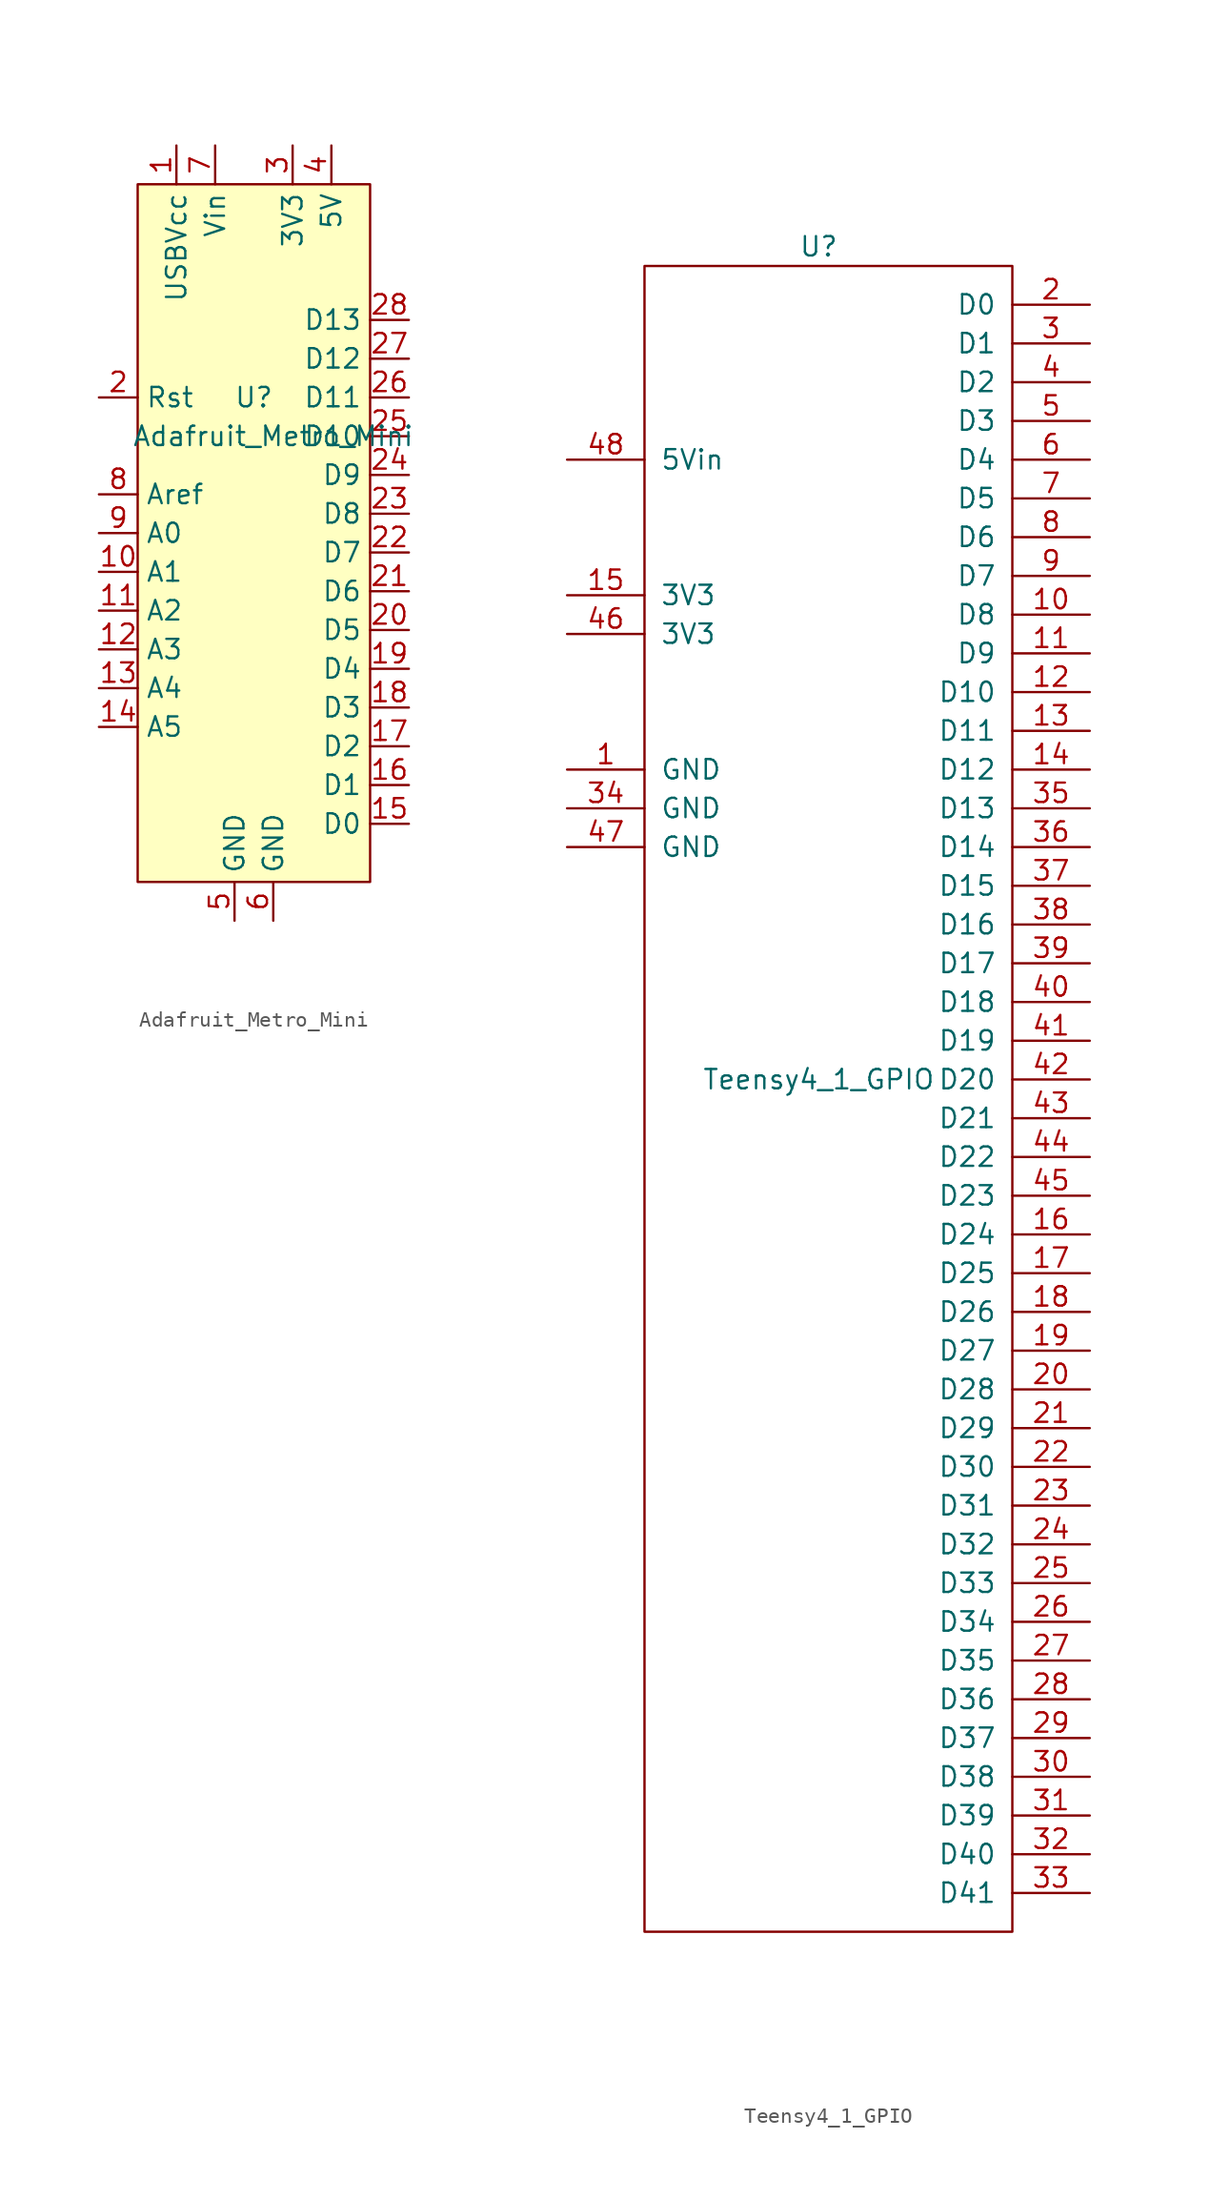
<source format=kicad_sym>
(kicad_symbol_lib
  (version 20220914)
  (generator kicad_symbol_editor)
  (symbol "Adafruit_Metro_Mini"
    (property "Reference" "U"
      (at 0 -11.43 0)
      (effects (font (size 1.27 1.27))))
    (property "Value" "Adafruit_Metro_Mini"
      (at 1.27 -13.97 0)
      (effects (font (size 1.27 1.27))))
    (symbol "Adafruit_Metro_Mini_1_1"
      (rectangle (start -7.62 2.54) (end 7.62 -43.18) (stroke (width 0) (type default)) (fill (type background)))
      (pin power_in line (at -5.08 5.08 270) (length 2.54) (name "USBVcc" (effects (font (size 1.27 1.27)))) (number "1" (effects (font (size 1.27 1.27)))))
      (pin bidirectional line (at -10.16 -22.86 0) (length 2.54) (name "A1" (effects (font (size 1.27 1.27)))) (number "10" (effects (font (size 1.27 1.27)))))
      (pin bidirectional line (at -10.16 -25.4 0) (length 2.54) (name "A2" (effects (font (size 1.27 1.27)))) (number "11" (effects (font (size 1.27 1.27)))))
      (pin bidirectional line (at -10.16 -27.94 0) (length 2.54) (name "A3" (effects (font (size 1.27 1.27)))) (number "12" (effects (font (size 1.27 1.27)))))
      (pin bidirectional line (at -10.16 -30.48 0) (length 2.54) (name "A4" (effects (font (size 1.27 1.27)))) (number "13" (effects (font (size 1.27 1.27)))))
      (pin bidirectional line (at -10.16 -33.02 0) (length 2.54) (name "A5" (effects (font (size 1.27 1.27)))) (number "14" (effects (font (size 1.27 1.27)))))
      (pin bidirectional line (at 10.16 -39.37 180) (length 2.54) (name "D0" (effects (font (size 1.27 1.27)))) (number "15" (effects (font (size 1.27 1.27)))))
      (pin bidirectional line (at 10.16 -36.83 180) (length 2.54) (name "D1" (effects (font (size 1.27 1.27)))) (number "16" (effects (font (size 1.27 1.27)))))
      (pin bidirectional line (at 10.16 -34.29 180) (length 2.54) (name "D2" (effects (font (size 1.27 1.27)))) (number "17" (effects (font (size 1.27 1.27)))))
      (pin bidirectional line (at 10.16 -31.75 180) (length 2.54) (name "D3" (effects (font (size 1.27 1.27)))) (number "18" (effects (font (size 1.27 1.27)))))
      (pin bidirectional line (at 10.16 -29.21 180) (length 2.54) (name "D4" (effects (font (size 1.27 1.27)))) (number "19" (effects (font (size 1.27 1.27)))))
      (pin input line (at -10.16 -11.43 0) (length 2.54) (name "Rst" (effects (font (size 1.27 1.27)))) (number "2" (effects (font (size 1.27 1.27)))))
      (pin bidirectional line (at 10.16 -26.67 180) (length 2.54) (name "D5" (effects (font (size 1.27 1.27)))) (number "20" (effects (font (size 1.27 1.27)))))
      (pin bidirectional line (at 10.16 -24.13 180) (length 2.54) (name "D6" (effects (font (size 1.27 1.27)))) (number "21" (effects (font (size 1.27 1.27)))))
      (pin bidirectional line (at 10.16 -21.59 180) (length 2.54) (name "D7" (effects (font (size 1.27 1.27)))) (number "22" (effects (font (size 1.27 1.27)))))
      (pin bidirectional line (at 10.16 -19.05 180) (length 2.54) (name "D8" (effects (font (size 1.27 1.27)))) (number "23" (effects (font (size 1.27 1.27)))))
      (pin bidirectional line (at 10.16 -16.51 180) (length 2.54) (name "D9" (effects (font (size 1.27 1.27)))) (number "24" (effects (font (size 1.27 1.27)))))
      (pin bidirectional line (at 10.16 -13.97 180) (length 2.54) (name "D10" (effects (font (size 1.27 1.27)))) (number "25" (effects (font (size 1.27 1.27)))))
      (pin bidirectional line (at 10.16 -11.43 180) (length 2.54) (name "D11" (effects (font (size 1.27 1.27)))) (number "26" (effects (font (size 1.27 1.27)))))
      (pin bidirectional line (at 10.16 -8.89 180) (length 2.54) (name "D12" (effects (font (size 1.27 1.27)))) (number "27" (effects (font (size 1.27 1.27)))))
      (pin bidirectional line (at 10.16 -6.35 180) (length 2.54) (name "D13" (effects (font (size 1.27 1.27)))) (number "28" (effects (font (size 1.27 1.27)))))
      (pin power_out line (at 2.54 5.08 270) (length 2.54) (name "3V3" (effects (font (size 1.27 1.27)))) (number "3" (effects (font (size 1.27 1.27)))))
      (pin power_out line (at 5.08 5.08 270) (length 2.54) (name "5V" (effects (font (size 1.27 1.27)))) (number "4" (effects (font (size 1.27 1.27)))))
      (pin power_in line (at -1.27 -45.72 90) (length 2.54) (name "GND" (effects (font (size 1.27 1.27)))) (number "5" (effects (font (size 1.27 1.27)))))
      (pin power_in line (at 1.27 -45.72 90) (length 2.54) (name "GND" (effects (font (size 1.27 1.27)))) (number "6" (effects (font (size 1.27 1.27)))))
      (pin power_in line (at -2.54 5.08 270) (length 2.54) (name "Vin" (effects (font (size 1.27 1.27)))) (number "7" (effects (font (size 1.27 1.27)))))
      (pin input line (at -10.16 -17.78 0) (length 2.54) (name "Aref" (effects (font (size 1.27 1.27)))) (number "8" (effects (font (size 1.27 1.27)))))
      (pin bidirectional line (at -10.16 -20.32 0) (length 2.54) (name "A0" (effects (font (size 1.27 1.27)))) (number "9" (effects (font (size 1.27 1.27)))))))
  (symbol "Teensy4_1_GPIO"
    (pin_names
      (offset 1.016))
    (property "Reference" "U"
      (at 0 54.61 0)
      (effects (font (size 1.27 1.27))))
    (property "Value" "Teensy4_1_GPIO"
      (at 0 0 0)
      (effects (font (size 1.27 1.27))))
    (symbol "Teensy4_1_GPIO_1_1"
      (rectangle (start 12.7 53.34) (end -11.43 -55.88) (stroke (width 0) (type default)) (fill (type none)))
      (pin power_in line (at -16.51 20.32 0) (length 5.08) (name "GND" (effects (font (size 1.27 1.27)))) (number "1" (effects (font (size 1.27 1.27)))))
      (pin bidirectional line (at 17.78 30.48 180) (length 5.08) (name "D8" (effects (font (size 1.27 1.27)))) (number "10" (effects (font (size 1.27 1.27)))))
      (pin bidirectional line (at 17.78 27.94 180) (length 5.08) (name "D9" (effects (font (size 1.27 1.27)))) (number "11" (effects (font (size 1.27 1.27)))))
      (pin bidirectional line (at 17.78 25.4 180) (length 5.08) (name "D10" (effects (font (size 1.27 1.27)))) (number "12" (effects (font (size 1.27 1.27)))))
      (pin bidirectional line (at 17.78 22.86 180) (length 5.08) (name "D11" (effects (font (size 1.27 1.27)))) (number "13" (effects (font (size 1.27 1.27)))))
      (pin bidirectional line (at 17.78 20.32 180) (length 5.08) (name "D12" (effects (font (size 1.27 1.27)))) (number "14" (effects (font (size 1.27 1.27)))))
      (pin power_out line (at -16.51 31.75 0) (length 5.08) (name "3V3" (effects (font (size 1.27 1.27)))) (number "15" (effects (font (size 1.27 1.27)))))
      (pin bidirectional line (at 17.78 -10.16 180) (length 5.08) (name "D24" (effects (font (size 1.27 1.27)))) (number "16" (effects (font (size 1.27 1.27)))))
      (pin bidirectional line (at 17.78 -12.7 180) (length 5.08) (name "D25" (effects (font (size 1.27 1.27)))) (number "17" (effects (font (size 1.27 1.27)))))
      (pin bidirectional line (at 17.78 -15.24 180) (length 5.08) (name "D26" (effects (font (size 1.27 1.27)))) (number "18" (effects (font (size 1.27 1.27)))))
      (pin bidirectional line (at 17.78 -17.78 180) (length 5.08) (name "D27" (effects (font (size 1.27 1.27)))) (number "19" (effects (font (size 1.27 1.27)))))
      (pin bidirectional line (at 17.78 50.8 180) (length 5.08) (name "D0" (effects (font (size 1.27 1.27)))) (number "2" (effects (font (size 1.27 1.27)))))
      (pin bidirectional line (at 17.78 -20.32 180) (length 5.08) (name "D28" (effects (font (size 1.27 1.27)))) (number "20" (effects (font (size 1.27 1.27)))))
      (pin bidirectional line (at 17.78 -22.86 180) (length 5.08) (name "D29" (effects (font (size 1.27 1.27)))) (number "21" (effects (font (size 1.27 1.27)))))
      (pin bidirectional line (at 17.78 -25.4 180) (length 5.08) (name "D30" (effects (font (size 1.27 1.27)))) (number "22" (effects (font (size 1.27 1.27)))))
      (pin bidirectional line (at 17.78 -27.94 180) (length 5.08) (name "D31" (effects (font (size 1.27 1.27)))) (number "23" (effects (font (size 1.27 1.27)))))
      (pin bidirectional line (at 17.78 -30.48 180) (length 5.08) (name "D32" (effects (font (size 1.27 1.27)))) (number "24" (effects (font (size 1.27 1.27)))))
      (pin bidirectional line (at 17.78 -33.02 180) (length 5.08) (name "D33" (effects (font (size 1.27 1.27)))) (number "25" (effects (font (size 1.27 1.27)))))
      (pin bidirectional line (at 17.78 -35.56 180) (length 5.08) (name "D34" (effects (font (size 1.27 1.27)))) (number "26" (effects (font (size 1.27 1.27)))))
      (pin bidirectional line (at 17.78 -38.1 180) (length 5.08) (name "D35" (effects (font (size 1.27 1.27)))) (number "27" (effects (font (size 1.27 1.27)))))
      (pin bidirectional line (at 17.78 -40.64 180) (length 5.08) (name "D36" (effects (font (size 1.27 1.27)))) (number "28" (effects (font (size 1.27 1.27)))))
      (pin bidirectional line (at 17.78 -43.18 180) (length 5.08) (name "D37" (effects (font (size 1.27 1.27)))) (number "29" (effects (font (size 1.27 1.27)))))
      (pin bidirectional line (at 17.78 48.26 180) (length 5.08) (name "D1" (effects (font (size 1.27 1.27)))) (number "3" (effects (font (size 1.27 1.27)))))
      (pin bidirectional line (at 17.78 -45.72 180) (length 5.08) (name "D38" (effects (font (size 1.27 1.27)))) (number "30" (effects (font (size 1.27 1.27)))))
      (pin bidirectional line (at 17.78 -48.26 180) (length 5.08) (name "D39" (effects (font (size 1.27 1.27)))) (number "31" (effects (font (size 1.27 1.27)))))
      (pin bidirectional line (at 17.78 -50.8 180) (length 5.08) (name "D40" (effects (font (size 1.27 1.27)))) (number "32" (effects (font (size 1.27 1.27)))))
      (pin bidirectional line (at 17.78 -53.34 180) (length 5.08) (name "D41" (effects (font (size 1.27 1.27)))) (number "33" (effects (font (size 1.27 1.27)))))
      (pin power_in line (at -16.51 17.78 0) (length 5.08) (name "GND" (effects (font (size 1.27 1.27)))) (number "34" (effects (font (size 1.27 1.27)))))
      (pin bidirectional line (at 17.78 17.78 180) (length 5.08) (name "D13" (effects (font (size 1.27 1.27)))) (number "35" (effects (font (size 1.27 1.27)))))
      (pin bidirectional line (at 17.78 15.24 180) (length 5.08) (name "D14" (effects (font (size 1.27 1.27)))) (number "36" (effects (font (size 1.27 1.27)))))
      (pin bidirectional line (at 17.78 12.7 180) (length 5.08) (name "D15" (effects (font (size 1.27 1.27)))) (number "37" (effects (font (size 1.27 1.27)))))
      (pin bidirectional line (at 17.78 10.16 180) (length 5.08) (name "D16" (effects (font (size 1.27 1.27)))) (number "38" (effects (font (size 1.27 1.27)))))
      (pin bidirectional line (at 17.78 7.62 180) (length 5.08) (name "D17" (effects (font (size 1.27 1.27)))) (number "39" (effects (font (size 1.27 1.27)))))
      (pin bidirectional line (at 17.78 45.72 180) (length 5.08) (name "D2" (effects (font (size 1.27 1.27)))) (number "4" (effects (font (size 1.27 1.27)))))
      (pin bidirectional line (at 17.78 5.08 180) (length 5.08) (name "D18" (effects (font (size 1.27 1.27)))) (number "40" (effects (font (size 1.27 1.27)))))
      (pin bidirectional line (at 17.78 2.54 180) (length 5.08) (name "D19" (effects (font (size 1.27 1.27)))) (number "41" (effects (font (size 1.27 1.27)))))
      (pin bidirectional line (at 17.78 0 180) (length 5.08) (name "D20" (effects (font (size 1.27 1.27)))) (number "42" (effects (font (size 1.27 1.27)))))
      (pin bidirectional line (at 17.78 -2.54 180) (length 5.08) (name "D21" (effects (font (size 1.27 1.27)))) (number "43" (effects (font (size 1.27 1.27)))))
      (pin bidirectional line (at 17.78 -5.08 180) (length 5.08) (name "D22" (effects (font (size 1.27 1.27)))) (number "44" (effects (font (size 1.27 1.27)))))
      (pin bidirectional line (at 17.78 -7.62 180) (length 5.08) (name "D23" (effects (font (size 1.27 1.27)))) (number "45" (effects (font (size 1.27 1.27)))))
      (pin power_out line (at -16.51 29.21 0) (length 5.08) (name "3V3" (effects (font (size 1.27 1.27)))) (number "46" (effects (font (size 1.27 1.27)))))
      (pin power_in line (at -16.51 15.24 0) (length 5.08) (name "GND" (effects (font (size 1.27 1.27)))) (number "47" (effects (font (size 1.27 1.27)))))
      (pin power_in line (at -16.51 40.64 0) (length 5.08) (name "5Vin" (effects (font (size 1.27 1.27)))) (number "48" (effects (font (size 1.27 1.27)))))
      (pin bidirectional line (at 17.78 43.18 180) (length 5.08) (name "D3" (effects (font (size 1.27 1.27)))) (number "5" (effects (font (size 1.27 1.27)))))
      (pin bidirectional line (at 17.78 40.64 180) (length 5.08) (name "D4" (effects (font (size 1.27 1.27)))) (number "6" (effects (font (size 1.27 1.27)))))
      (pin bidirectional line (at 17.78 38.1 180) (length 5.08) (name "D5" (effects (font (size 1.27 1.27)))) (number "7" (effects (font (size 1.27 1.27)))))
      (pin bidirectional line (at 17.78 35.56 180) (length 5.08) (name "D6" (effects (font (size 1.27 1.27)))) (number "8" (effects (font (size 1.27 1.27)))))
      (pin bidirectional line (at 17.78 33.02 180) (length 5.08) (name "D7" (effects (font (size 1.27 1.27)))) (number "9" (effects (font (size 1.27 1.27))))))))
</source>
